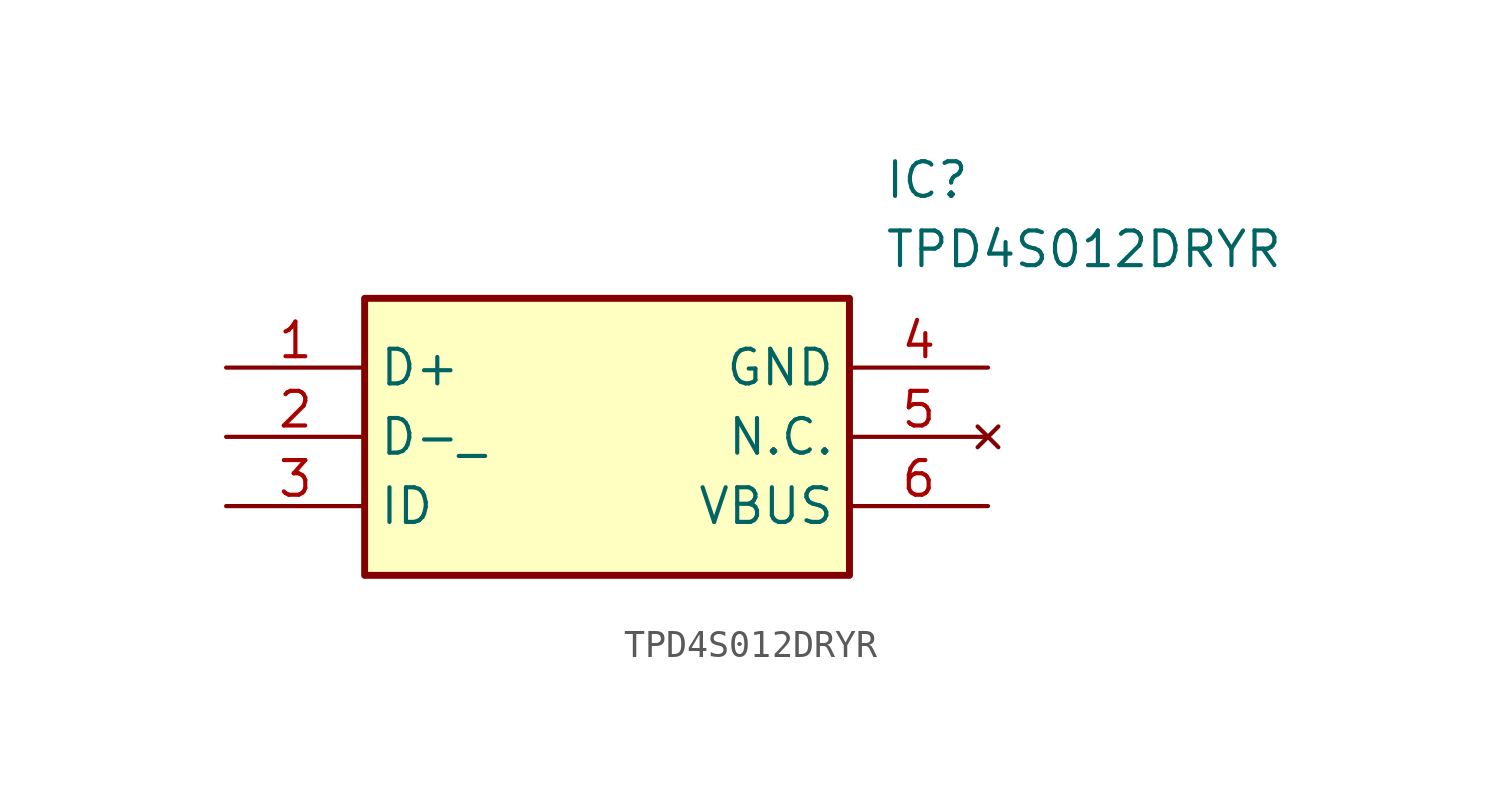
<source format=kicad_sym>
(kicad_symbol_lib
  (version 20211014)
  (generator SamacSys_ECAD_Model)
  (symbol "TPD4S012DRYR"
    (property "Reference" "IC"
      (at 24.13 7.62 0)
      (effects (font (size 1.27 1.27)) (justify left top)))
    (property "Value" "TPD4S012DRYR"
      (at 24.13 5.08 0)
      (effects (font (size 1.27 1.27)) (justify left top)))
    (rectangle
      (start 5.08 2.54)
      (end 22.86 -7.62)
      (stroke (width 0.254) (type default))
      (fill (type background)))
    (pin passive line
      (at 0 0 0)
      (length 5.08)
      (name "D+" (effects (font (size 1.27 1.27))))
      (number "1" (effects (font (size 1.27 1.27)))))
    (pin passive line
      (at 0 -2.54 0)
      (length 5.08)
      (name "D-_" (effects (font (size 1.27 1.27))))
      (number "2" (effects (font (size 1.27 1.27)))))
    (pin passive line
      (at 0 -5.08 0)
      (length 5.08)
      (name "ID" (effects (font (size 1.27 1.27))))
      (number "3" (effects (font (size 1.27 1.27)))))
    (pin passive line
      (at 27.94 0 180)
      (length 5.08)
      (name "GND" (effects (font (size 1.27 1.27))))
      (number "4" (effects (font (size 1.27 1.27)))))
    (pin no_connect line
      (at 27.94 -2.54 180)
      (length 5.08)
      (name "N.C." (effects (font (size 1.27 1.27))))
      (number "5" (effects (font (size 1.27 1.27)))))
    (pin passive line
      (at 27.94 -5.08 180)
      (length 5.08)
      (name "VBUS" (effects (font (size 1.27 1.27))))
      (number "6" (effects (font (size 1.27 1.27)))))))
</source>
